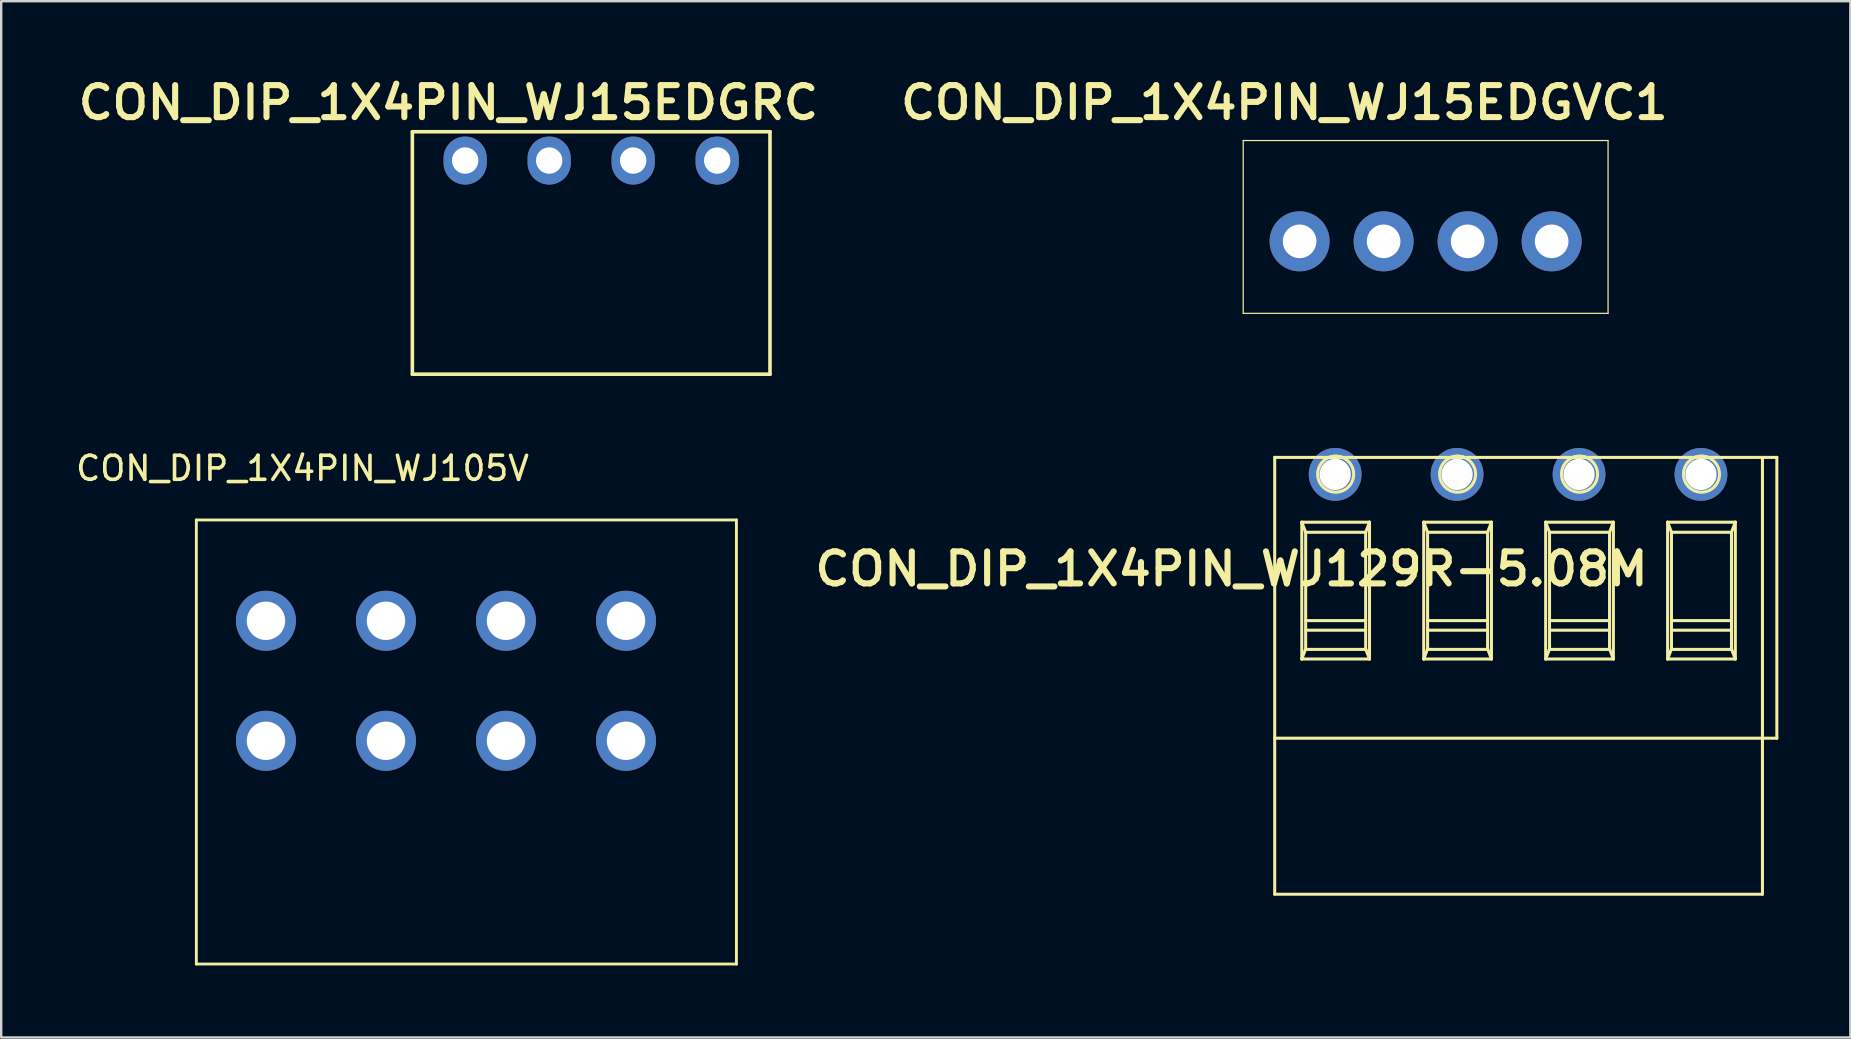
<source format=kicad_pcb>
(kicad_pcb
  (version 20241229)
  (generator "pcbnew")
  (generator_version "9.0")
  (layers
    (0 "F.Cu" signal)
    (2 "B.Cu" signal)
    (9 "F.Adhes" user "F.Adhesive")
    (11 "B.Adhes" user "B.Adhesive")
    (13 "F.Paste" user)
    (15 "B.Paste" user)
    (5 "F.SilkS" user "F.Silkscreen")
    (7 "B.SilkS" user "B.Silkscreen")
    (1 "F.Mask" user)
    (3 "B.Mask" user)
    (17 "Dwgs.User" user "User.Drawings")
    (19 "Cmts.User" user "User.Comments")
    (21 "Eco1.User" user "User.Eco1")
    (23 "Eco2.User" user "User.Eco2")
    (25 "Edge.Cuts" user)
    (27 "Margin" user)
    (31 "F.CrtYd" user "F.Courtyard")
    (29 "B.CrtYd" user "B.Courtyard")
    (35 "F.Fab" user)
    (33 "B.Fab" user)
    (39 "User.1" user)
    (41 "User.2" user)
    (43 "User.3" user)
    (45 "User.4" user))
  (footprint "CON_DIP_1X4PIN_WJ15EDGRC"
    (layer "F.Cu")
    (at 16.329 3.639)
    (property "Reference" "CON_DIP_1X4PIN_WJ15EDGRC" (at -0.699 -2.413 0) (unlocked yes) (layer "F.SilkS") (effects (font (size 1.333 1.402) (thickness 0.254))))
    (attr smd)
    (fp_line (start -2.2 -1.2) (end 12.7 -1.2) (stroke (width 0.15) (type solid)) (layer "F.SilkS"))
    (fp_line (start -2.2 8.9) (end -2.2 -1.2) (stroke (width 0.15) (type solid)) (layer "F.SilkS"))
    (fp_line (start -2.2 8.9) (end 12.7 8.9) (stroke (width 0.15) (type solid)) (layer "F.SilkS"))
    (fp_line (start 12.7 8.9) (end 12.7 -1.2) (stroke (width 0.15) (type solid)) (layer "F.SilkS"))
    (pad "1" thru_hole oval (at 0 0) (size 1.8 2) (drill 1.1) (layers "*.Cu" "*.Mask"))
    (pad "2" thru_hole oval (at 3.5 0) (size 1.8 2) (drill 1.1) (layers "*.Cu" "*.Mask"))
    (pad "3" thru_hole oval (at 7 0) (size 1.8 2) (drill 1.1) (layers "*.Cu" "*.Mask"))
    (pad "4" thru_hole oval (at 10.5 0) (size 1.8 2) (drill 1.1) (layers "*.Cu" "*.Mask")))
  (footprint "CON_DIP_1X4PIN_WJ129R-5.08M"
    (layer "F.Cu")
    (at 60.194 27.763)
    (property "Reference" "CON_DIP_1X4PIN_WJ129R-5.08M" (at -11.938 -7.112 0) (unlocked yes) (layer "F.SilkS") (effects (font (size 1.333 1.402) (thickness 0.254))))
    (attr smd)
    (fp_line (start -10.139 -11.758) (end 10.781 -11.758) (stroke (width 0.127) (type solid)) (layer "F.SilkS"))
    (fp_line (start -10.139 -0.058) (end 10.781 -0.058) (stroke (width 0.127) (type solid)) (layer "F.SilkS"))
    (fp_line (start -10.139 6.442) (end -10.139 -11.758) (stroke (width 0.127) (type solid)) (layer "F.SilkS"))
    (fp_line (start -10.139 6.442) (end 10.181 6.442) (stroke (width 0.127) (type solid)) (layer "F.SilkS"))
    (fp_line (start -9.01 -9.058) (end -8.849 -8.638) (stroke (width 0.127) (type solid)) (layer "F.SilkS"))
    (fp_line (start -9.01 -9.058) (end -6.189 -9.058) (stroke (width 0.127) (type solid)) (layer "F.SilkS"))
    (fp_line (start -9.01 -3.358) (end -9.01 -9.058) (stroke (width 0.127) (type solid)) (layer "F.SilkS"))
    (fp_line (start -9.01 -3.358) (end -8.857 -3.758) (stroke (width 0.127) (type solid)) (layer "F.SilkS"))
    (fp_line (start -9.01 -3.358) (end -6.189 -3.358) (stroke (width 0.127) (type solid)) (layer "F.SilkS"))
    (fp_line (start -8.857 -3.758) (end -6.342 -3.758) (stroke (width 0.127) (type solid)) (layer "F.SilkS"))
    (fp_line (start -8.849 -8.638) (end -6.349 -8.638) (stroke (width 0.127) (type solid)) (layer "F.SilkS"))
    (fp_line (start -8.849 -4.958) (end -6.349 -4.958) (stroke (width 0.127) (type solid)) (layer "F.SilkS"))
    (fp_line (start -8.849 -4.558) (end -6.349 -4.558) (stroke (width 0.127) (type solid)) (layer "F.SilkS"))
    (fp_line (start -8.849 -3.758) (end -8.849 -8.638) (stroke (width 0.127) (type solid)) (layer "F.SilkS"))
    (fp_line (start -7.866 -11.758) (end -7.333 -11.758) (stroke (width 0.127) (type solid)) (layer "F.SilkS"))
    (fp_line (start -6.349 -8.638) (end -6.189 -9.058) (stroke (width 0.127) (type solid)) (layer "F.SilkS"))
    (fp_line (start -6.349 -3.758) (end -6.349 -8.638) (stroke (width 0.127) (type solid)) (layer "F.SilkS"))
    (fp_line (start -6.342 -3.758) (end -6.189 -3.358) (stroke (width 0.127) (type solid)) (layer "F.SilkS"))
    (fp_line (start -6.189 -3.358) (end -6.189 -9.058) (stroke (width 0.127) (type solid)) (layer "F.SilkS"))
    (fp_line (start -3.93 -9.058) (end -3.769 -8.638) (stroke (width 0.127) (type solid)) (layer "F.SilkS"))
    (fp_line (start -3.93 -9.058) (end -1.109 -9.058) (stroke (width 0.127) (type solid)) (layer "F.SilkS"))
    (fp_line (start -3.93 -3.358) (end -3.93 -9.058) (stroke (width 0.127) (type solid)) (layer "F.SilkS"))
    (fp_line (start -3.93 -3.358) (end -3.777 -3.758) (stroke (width 0.127) (type solid)) (layer "F.SilkS"))
    (fp_line (start -3.93 -3.358) (end -1.109 -3.358) (stroke (width 0.127) (type solid)) (layer "F.SilkS"))
    (fp_line (start -3.777 -3.758) (end -1.262 -3.758) (stroke (width 0.127) (type solid)) (layer "F.SilkS"))
    (fp_line (start -3.769 -8.638) (end -1.269 -8.638) (stroke (width 0.127) (type solid)) (layer "F.SilkS"))
    (fp_line (start -3.769 -4.958) (end -1.269 -4.958) (stroke (width 0.127) (type solid)) (layer "F.SilkS"))
    (fp_line (start -3.769 -4.558) (end -1.269 -4.558) (stroke (width 0.127) (type solid)) (layer "F.SilkS"))
    (fp_line (start -3.769 -3.758) (end -3.769 -8.638) (stroke (width 0.127) (type solid)) (layer "F.SilkS"))
    (fp_line (start -2.786 -11.758) (end -2.253 -11.758) (stroke (width 0.127) (type solid)) (layer "F.SilkS"))
    (fp_line (start -1.269 -8.638) (end -1.109 -9.058) (stroke (width 0.127) (type solid)) (layer "F.SilkS"))
    (fp_line (start -1.269 -3.758) (end -1.269 -8.638) (stroke (width 0.127) (type solid)) (layer "F.SilkS"))
    (fp_line (start -1.262 -3.758) (end -1.109 -3.358) (stroke (width 0.127) (type solid)) (layer "F.SilkS"))
    (fp_line (start -1.109 -3.358) (end -1.109 -9.058) (stroke (width 0.127) (type solid)) (layer "F.SilkS"))
    (fp_line (start 1.15 -9.058) (end 1.311 -8.638) (stroke (width 0.127) (type solid)) (layer "F.SilkS"))
    (fp_line (start 1.15 -9.058) (end 3.971 -9.058) (stroke (width 0.127) (type solid)) (layer "F.SilkS"))
    (fp_line (start 1.15 -3.358) (end 1.15 -9.058) (stroke (width 0.127) (type solid)) (layer "F.SilkS"))
    (fp_line (start 1.15 -3.358) (end 1.303 -3.758) (stroke (width 0.127) (type solid)) (layer "F.SilkS"))
    (fp_line (start 1.15 -3.358) (end 3.971 -3.358) (stroke (width 0.127) (type solid)) (layer "F.SilkS"))
    (fp_line (start 1.303 -3.758) (end 3.818 -3.758) (stroke (width 0.127) (type solid)) (layer "F.SilkS"))
    (fp_line (start 1.311 -8.638) (end 3.811 -8.638) (stroke (width 0.127) (type solid)) (layer "F.SilkS"))
    (fp_line (start 1.311 -4.958) (end 3.811 -4.958) (stroke (width 0.127) (type solid)) (layer "F.SilkS"))
    (fp_line (start 1.311 -4.558) (end 3.811 -4.558) (stroke (width 0.127) (type solid)) (layer "F.SilkS"))
    (fp_line (start 1.311 -3.758) (end 1.311 -8.638) (stroke (width 0.127) (type solid)) (layer "F.SilkS"))
    (fp_line (start 2.294 -11.758) (end 2.827 -11.758) (stroke (width 0.127) (type solid)) (layer "F.SilkS"))
    (fp_line (start 3.811 -8.638) (end 3.971 -9.058) (stroke (width 0.127) (type solid)) (layer "F.SilkS"))
    (fp_line (start 3.811 -3.758) (end 3.811 -8.638) (stroke (width 0.127) (type solid)) (layer "F.SilkS"))
    (fp_line (start 3.818 -3.758) (end 3.971 -3.358) (stroke (width 0.127) (type solid)) (layer "F.SilkS"))
    (fp_line (start 3.971 -3.358) (end 3.971 -9.058) (stroke (width 0.127) (type solid)) (layer "F.SilkS"))
    (fp_line (start 6.23 -9.058) (end 6.391 -8.638) (stroke (width 0.127) (type solid)) (layer "F.SilkS"))
    (fp_line (start 6.23 -9.058) (end 9.051 -9.058) (stroke (width 0.127) (type solid)) (layer "F.SilkS"))
    (fp_line (start 6.23 -3.358) (end 6.23 -9.058) (stroke (width 0.127) (type solid)) (layer "F.SilkS"))
    (fp_line (start 6.23 -3.358) (end 6.383 -3.758) (stroke (width 0.127) (type solid)) (layer "F.SilkS"))
    (fp_line (start 6.23 -3.358) (end 9.051 -3.358) (stroke (width 0.127) (type solid)) (layer "F.SilkS"))
    (fp_line (start 6.383 -3.758) (end 8.898 -3.758) (stroke (width 0.127) (type solid)) (layer "F.SilkS"))
    (fp_line (start 6.391 -8.638) (end 8.891 -8.638) (stroke (width 0.127) (type solid)) (layer "F.SilkS"))
    (fp_line (start 6.391 -4.958) (end 8.891 -4.958) (stroke (width 0.127) (type solid)) (layer "F.SilkS"))
    (fp_line (start 6.391 -4.558) (end 8.891 -4.558) (stroke (width 0.127) (type solid)) (layer "F.SilkS"))
    (fp_line (start 6.391 -3.758) (end 6.391 -8.638) (stroke (width 0.127) (type solid)) (layer "F.SilkS"))
    (fp_line (start 7.374 -11.758) (end 7.907 -11.758) (stroke (width 0.127) (type solid)) (layer "F.SilkS"))
    (fp_line (start 8.891 -8.638) (end 9.051 -9.058) (stroke (width 0.127) (type solid)) (layer "F.SilkS"))
    (fp_line (start 8.891 -3.758) (end 8.891 -8.638) (stroke (width 0.127) (type solid)) (layer "F.SilkS"))
    (fp_line (start 8.898 -3.758) (end 9.051 -3.358) (stroke (width 0.127) (type solid)) (layer "F.SilkS"))
    (fp_line (start 9.051 -3.358) (end 9.051 -9.058) (stroke (width 0.127) (type solid)) (layer "F.SilkS"))
    (fp_line (start 10.181 6.442) (end 10.181 -11.758) (stroke (width 0.127) (type solid)) (layer "F.SilkS"))
    (fp_line (start 10.781 -0.058) (end 10.781 -11.758) (stroke (width 0.127) (type solid)) (layer "F.SilkS"))
    (fp_arc (start -7.86568 -11.759309) (mid -7.59935 -11.80819) (end -7.33302 -11.759309) (stroke (width 0.127) (type solid)) (layer "F.SilkS"))
    (fp_arc (start -2.78568 -11.759309) (mid -2.51935 -11.80819) (end -2.25302 -11.759309) (stroke (width 0.127) (type solid)) (layer "F.SilkS"))
    (fp_arc (start 2.29433 -11.759309) (mid 2.56066 -11.80819) (end 2.82699 -11.759309) (stroke (width 0.127) (type solid)) (layer "F.SilkS"))
    (fp_arc (start 7.37433 -11.759309) (mid 7.64066 -11.80819) (end 7.90699 -11.759309) (stroke (width 0.127) (type solid)) (layer "F.SilkS"))
    (fp_circle (center -7.599 -11.058) (end -6.849 -11.058) (stroke (width 0.127) (type solid)) (fill no) (layer "F.SilkS"))
    (fp_circle (center -2.519 -11.058) (end -1.769 -11.058) (stroke (width 0.127) (type solid)) (fill no) (layer "F.SilkS"))
    (fp_circle (center 2.561 -11.058) (end 3.311 -11.058) (stroke (width 0.127) (type solid)) (fill no) (layer "F.SilkS"))
    (fp_circle (center 7.641 -11.058) (end 8.391 -11.058) (stroke (width 0.127) (type solid)) (fill no) (layer "F.SilkS"))
    (pad "1" thru_hole circle (at -7.62 -11.049) (size 2.2 2.2) (drill 1.3) (layers "*.Cu" "*.Mask"))
    (pad "2" thru_hole circle (at -2.54 -11.049) (size 2.2 2.2) (drill 1.3) (layers "*.Cu" "*.Mask"))
    (pad "3" thru_hole circle (at 2.54 -11.049) (size 2.2 2.2) (drill 1.3) (layers "*.Cu" "*.Mask"))
    (pad "4" thru_hole circle (at 7.62 -11.049) (size 2.2 2.2) (drill 1.3) (layers "*.Cu" "*.Mask")))
  (footprint "CON_DIP_1X4PIN_WJ105V"
    (layer "F.Cu")
    (at 15.65 25.098)
    (property "Reference" "CON_DIP_1X4PIN_WJ105V" (at -6.096 -8.636 0) (layer "F.SilkS") (effects (font (size 1 1) (thickness 0.15))))
    (attr through_hole)
    (fp_line (start -10.52 -6.486) (end 11.98 -6.486) (stroke (width 0.12) (type solid)) (layer "F.SilkS"))
    (fp_line (start -10.52 12.014) (end -10.52 -6.486) (stroke (width 0.12) (type solid)) (layer "F.SilkS"))
    (fp_line (start 11.98 -6.486) (end 11.98 12.014) (stroke (width 0.12) (type solid)) (layer "F.SilkS"))
    (fp_line (start 11.98 12.014) (end -10.52 12.014) (stroke (width 0.12) (type solid)) (layer "F.SilkS"))
    (pad "1" thru_hole circle (at -7.62 -2.286) (size 2.5 2.5) (drill 1.6) (layers "*.Cu" "*.Mask"))
    (pad "1" thru_hole circle (at -7.62 2.714) (size 2.5 2.5) (drill 1.6) (layers "*.Cu" "*.Mask"))
    (pad "2" thru_hole circle (at -2.62 -2.286) (size 2.5 2.5) (drill 1.6) (layers "*.Cu" "*.Mask"))
    (pad "2" thru_hole circle (at -2.62 2.714) (size 2.5 2.5) (drill 1.6) (layers "*.Cu" "*.Mask"))
    (pad "3" thru_hole circle (at 2.38 -2.286) (size 2.5 2.5) (drill 1.6) (layers "*.Cu" "*.Mask"))
    (pad "3" thru_hole circle (at 2.38 2.714) (size 2.5 2.5) (drill 1.6) (layers "*.Cu" "*.Mask"))
    (pad "4" thru_hole circle (at 7.38 -2.286) (size 2.5 2.5) (drill 1.6) (layers "*.Cu" "*.Mask"))
    (pad "4" thru_hole circle (at 7.38 2.714) (size 2.5 2.5) (drill 1.6) (layers "*.Cu" "*.Mask")))
  (footprint "CON_DIP_1X4PIN_WJ15EDGVC1"
    (layer "F.Cu")
    (at 51.093 7.004)
    (property "Reference" "CON_DIP_1X4PIN_WJ15EDGVC1" (at -0.635 -5.779 0) (unlocked yes) (layer "F.SilkS") (effects (font (size 1.333 1.402) (thickness 0.254))))
    (attr smd)
    (fp_line (start -2.35 -4.2) (end 12.85 -4.2) (stroke (width 0.05) (type solid)) (layer "F.SilkS"))
    (fp_line (start -2.35 3) (end -2.35 -4.2) (stroke (width 0.05) (type solid)) (layer "F.SilkS"))
    (fp_line (start -2.35 3) (end 12.85 3) (stroke (width 0.05) (type solid)) (layer "F.SilkS"))
    (fp_line (start 12.85 3) (end 12.85 -4.2) (stroke (width 0.05) (type solid)) (layer "F.SilkS"))
    (pad "1" thru_hole circle (at 0 0 90) (size 2.5 2.5) (drill 1.4) (layers "*.Cu" "*.Mask"))
    (pad "2" thru_hole circle (at 3.5 0 90) (size 2.5 2.5) (drill 1.4) (layers "*.Cu" "*.Mask"))
    (pad "3" thru_hole circle (at 7 0 90) (size 2.5 2.5) (drill 1.4) (layers "*.Cu" "*.Mask"))
    (pad "4" thru_hole circle (at 10.5 0 90) (size 2.5 2.5) (drill 1.4) (layers "*.Cu" "*.Mask")))
  (gr_rect
    (start -3 -3)
    (end 74.038 40.172)
    (stroke (width 0.1) (type default))
    (fill no)
    (layer "Edge.Cuts")))
</source>
